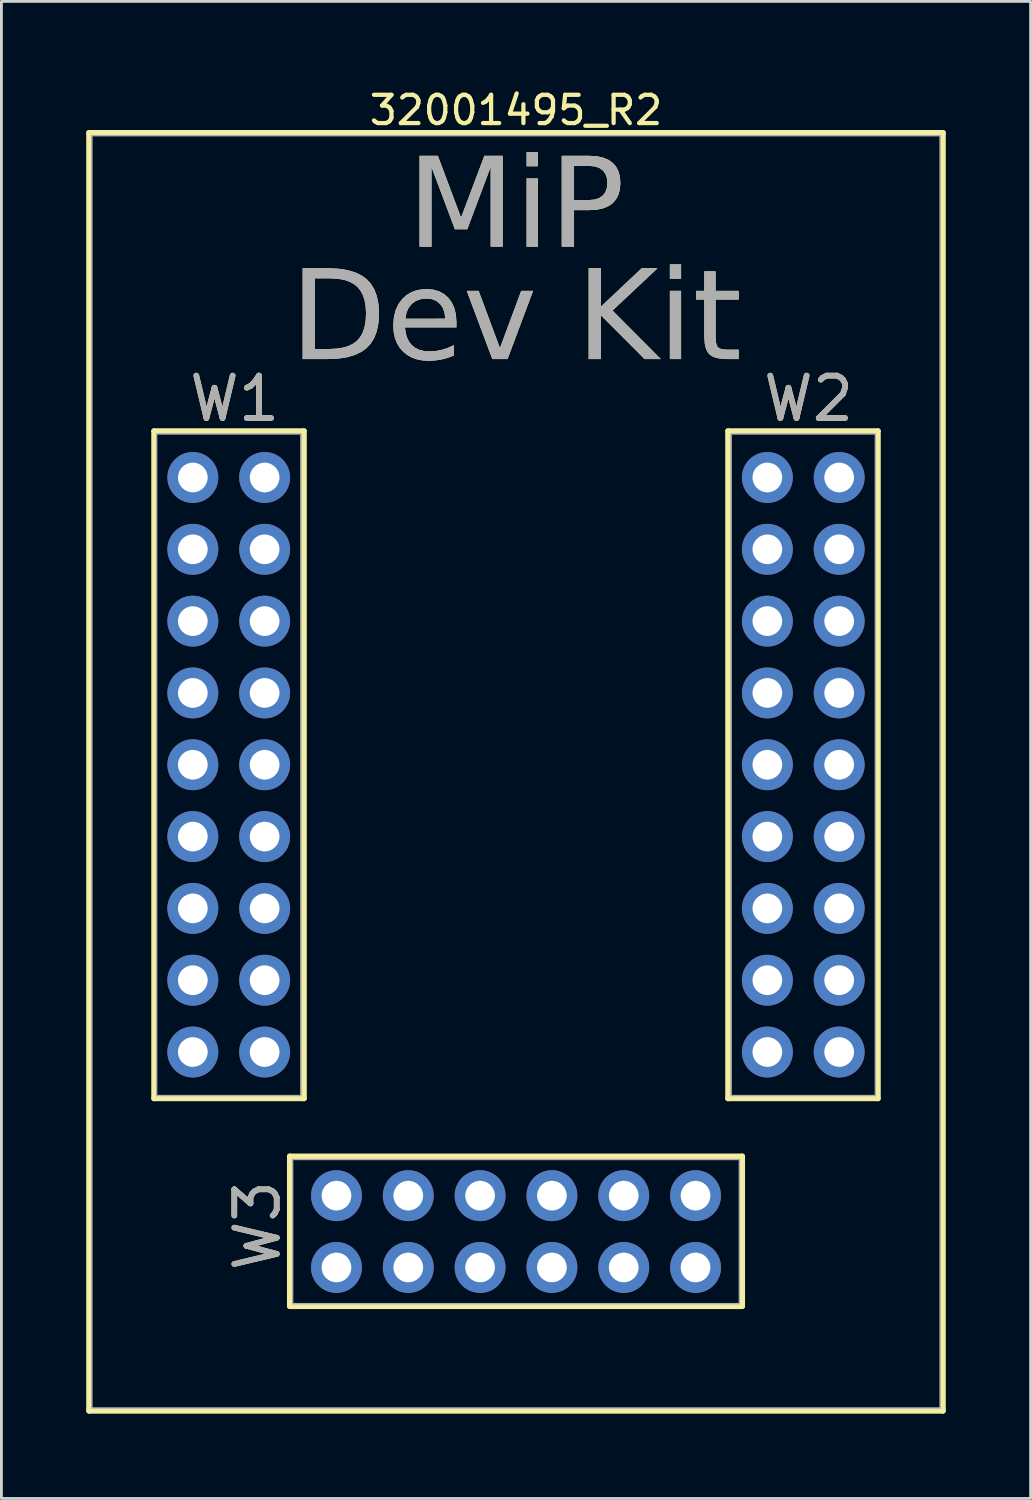
<source format=kicad_pcb>
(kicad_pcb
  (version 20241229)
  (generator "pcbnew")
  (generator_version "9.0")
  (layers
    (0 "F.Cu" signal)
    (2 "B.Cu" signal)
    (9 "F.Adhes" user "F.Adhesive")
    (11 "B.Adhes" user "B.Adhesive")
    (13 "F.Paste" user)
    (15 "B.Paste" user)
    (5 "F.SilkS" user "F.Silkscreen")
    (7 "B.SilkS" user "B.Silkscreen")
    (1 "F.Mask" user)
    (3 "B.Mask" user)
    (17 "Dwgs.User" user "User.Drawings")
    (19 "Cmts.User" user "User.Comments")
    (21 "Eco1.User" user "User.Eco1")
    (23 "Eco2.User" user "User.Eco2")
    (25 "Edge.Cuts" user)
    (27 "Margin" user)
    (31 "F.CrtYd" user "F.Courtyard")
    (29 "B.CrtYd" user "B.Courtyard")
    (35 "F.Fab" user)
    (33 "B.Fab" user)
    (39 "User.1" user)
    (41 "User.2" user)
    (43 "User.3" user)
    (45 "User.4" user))
  (footprint "32001495_R2"
    (layer "F.Cu")
    (at 15.2 23.998)
    (property "Reference" "32001495_R2" (at 0 -23.15 0) (layer "F.SilkS") (effects (font (size 1 1) (thickness 0.15))))
    (fp_line (start -15.1 -22.35) (end 15.1 -22.35) (stroke (width 0.2) (type solid)) (layer "F.SilkS"))
    (fp_line (start -15.1 22.85) (end -15.1 -22.35) (stroke (width 0.2) (type solid)) (layer "F.SilkS"))
    (fp_line (start -15.1 22.85) (end 15.1 22.85) (stroke (width 0.2) (type solid)) (layer "F.SilkS"))
    (fp_line (start -12.8 -11.8) (end -7.5 -11.8) (stroke (width 0.2) (type solid)) (layer "F.SilkS"))
    (fp_line (start -12.8 11.8) (end -12.8 -11.8) (stroke (width 0.2) (type solid)) (layer "F.SilkS"))
    (fp_line (start -12.8 11.8) (end -7.5 11.8) (stroke (width 0.2) (type solid)) (layer "F.SilkS"))
    (fp_line (start -8 13.85) (end 8 13.85) (stroke (width 0.2) (type solid)) (layer "F.SilkS"))
    (fp_line (start -8 19.15) (end -8 13.85) (stroke (width 0.2) (type solid)) (layer "F.SilkS"))
    (fp_line (start -8 19.15) (end 8 19.15) (stroke (width 0.2) (type solid)) (layer "F.SilkS"))
    (fp_line (start -7.5 11.8) (end -7.5 -11.8) (stroke (width 0.2) (type solid)) (layer "F.SilkS"))
    (fp_line (start 7.5 -11.8) (end 12.8 -11.8) (stroke (width 0.2) (type solid)) (layer "F.SilkS"))
    (fp_line (start 7.5 11.8) (end 7.5 -11.8) (stroke (width 0.2) (type solid)) (layer "F.SilkS"))
    (fp_line (start 7.5 11.8) (end 12.8 11.8) (stroke (width 0.2) (type solid)) (layer "F.SilkS"))
    (fp_line (start 8 19.15) (end 8 13.85) (stroke (width 0.2) (type solid)) (layer "F.SilkS"))
    (fp_line (start 12.8 11.8) (end 12.8 -11.8) (stroke (width 0.2) (type solid)) (layer "F.SilkS"))
    (fp_line (start 15.1 22.85) (end 15.1 -22.35) (stroke (width 0.2) (type solid)) (layer "F.SilkS"))
    (fp_line (start -15 -22.25) (end 15 -22.25) (stroke (width 0.05) (type solid)) (layer "F.Fab"))
    (fp_line (start -15 22.75) (end -15 -22.25) (stroke (width 0.05) (type solid)) (layer "F.Fab"))
    (fp_line (start -15 22.75) (end 15 22.75) (stroke (width 0.05) (type solid)) (layer "F.Fab"))
    (fp_line (start -12.71 -11.7) (end -7.61 -11.7) (stroke (width 0.05) (type solid)) (layer "F.Fab"))
    (fp_line (start -12.71 11.7) (end -12.71 -11.7) (stroke (width 0.05) (type solid)) (layer "F.Fab"))
    (fp_line (start -12.71 11.7) (end -7.61 11.7) (stroke (width 0.05) (type solid)) (layer "F.Fab"))
    (fp_line (start -7.9 13.96) (end 7.9 13.96) (stroke (width 0.05) (type solid)) (layer "F.Fab"))
    (fp_line (start -7.9 19.06) (end -7.9 13.96) (stroke (width 0.05) (type solid)) (layer "F.Fab"))
    (fp_line (start -7.9 19.06) (end 7.9 19.06) (stroke (width 0.05) (type solid)) (layer "F.Fab"))
    (fp_line (start -7.61 11.7) (end -7.61 -11.7) (stroke (width 0.05) (type solid)) (layer "F.Fab"))
    (fp_line (start 7.61 -11.7) (end 12.71 -11.7) (stroke (width 0.05) (type solid)) (layer "F.Fab"))
    (fp_line (start 7.61 11.7) (end 7.61 -11.7) (stroke (width 0.05) (type solid)) (layer "F.Fab"))
    (fp_line (start 7.61 11.7) (end 12.71 11.7) (stroke (width 0.05) (type solid)) (layer "F.Fab"))
    (fp_line (start 7.9 19.06) (end 7.9 13.96) (stroke (width 0.05) (type solid)) (layer "F.Fab"))
    (fp_line (start 12.71 11.7) (end 12.71 -11.7) (stroke (width 0.05) (type solid)) (layer "F.Fab"))
    (fp_line (start 15 22.75) (end 15 -22.25) (stroke (width 0.05) (type solid)) (layer "F.Fab"))
    (fp_text user "W3" (at -9.147 16.3 90) (unlocked yes) (layer "F.SilkS") (effects (font (size 1.5 1.5) (thickness 0.2))))
    (fp_text user "Dev Kit" (at 0.000005 -15.656 0) (unlocked yes) (layer "F.SilkS") (effects (font (face "Arial") (size 3.15 3.15) (thickness 0.04))))
    (fp_text user "W1" (at -9.95 -12.947 0) (unlocked yes) (layer "F.SilkS") (effects (font (size 1.5 1.5) (thickness 0.2))))
    (fp_text user "W2" (at 10.35 -12.947 0) (unlocked yes) (layer "F.SilkS") (effects (font (size 1.5 1.5) (thickness 0.2))))
    (fp_text user "MiP" (at -0.000005 -19.631 0) (unlocked yes) (layer "F.SilkS") (effects (font (face "Arial") (size 3.15 3.15) (thickness 0.04))))
    (fp_text user "MiP" (at -0.000005 -19.631 0) (unlocked yes) (layer "F.Fab") (effects (font (face "Arial") (size 3.15 3.15) (thickness 0.04))))
    (fp_text user "W1" (at -9.95 -12.947 0) (unlocked yes) (layer "F.Fab") (effects (font (size 1.5 1.5) (thickness 0.2))))
    (fp_text user "W3" (at -9.147 16.3 90) (unlocked yes) (layer "F.Fab") (effects (font (size 1.5 1.5) (thickness 0.2))))
    (fp_text user "Dev Kit" (at 0.000005 -15.656 0) (unlocked yes) (layer "F.Fab") (effects (font (face "Arial") (size 3.15 3.15) (thickness 0.04))))
    (fp_text user "W2" (at 10.35 -12.947 0) (unlocked yes) (layer "F.Fab") (effects (font (size 1.5 1.5) (thickness 0.2))))
    (pad "A1" thru_hole circle (at 11.43 -2.54 270) (size 1.8 1.8) (drill 1.05) (layers "*.Cu" "*.Mask"))
    (pad "A2" thru_hole circle (at 11.43 -7.62 270) (size 1.8 1.8) (drill 1.05) (layers "*.Cu" "*.Mask"))
    (pad "A3" thru_hole circle (at 11.43 -10.16 270) (size 1.8 1.8) (drill 1.05) (layers "*.Cu" "*.Mask"))
    (pad "A4" thru_hole circle (at 8.89 2.54 270) (size 1.8 1.8) (drill 1.05) (layers "*.Cu" "*.Mask"))
    (pad "A5" thru_hole circle (at 8.89 5.08 270) (size 1.8 1.8) (drill 1.05) (layers "*.Cu" "*.Mask"))
    (pad "A6" thru_hole circle (at 11.43 -5.08 270) (size 1.8 1.8) (drill 1.05) (layers "*.Cu" "*.Mask"))
    (pad "A7" thru_hole circle (at 8.89 7.62 270) (size 1.8 1.8) (drill 1.05) (layers "*.Cu" "*.Mask"))
    (pad "A8" thru_hole circle (at 8.89 10.16 270) (size 1.8 1.8) (drill 1.05) (layers "*.Cu" "*.Mask"))
    (pad "A9" thru_hole circle (at 6.35 17.78) (size 1.8 1.8) (drill 1.05) (layers "*.Cu" "*.Mask"))
    (pad "B1" thru_hole circle (at -11.43 -10.16 270) (size 1.8 1.8) (drill 1.05) (layers "*.Cu" "*.Mask"))
    (pad "B2" thru_hole circle (at -8.89 -10.16 270) (size 1.8 1.8) (drill 1.05) (layers "*.Cu" "*.Mask"))
    (pad "B3" thru_hole circle (at 8.89 -2.54 270) (size 1.8 1.8) (drill 1.05) (layers "*.Cu" "*.Mask"))
    (pad "B4" thru_hole circle (at 8.89 0 270) (size 1.8 1.8) (drill 1.05) (layers "*.Cu" "*.Mask"))
    (pad "B5" thru_hole circle (at 8.89 -7.62 270) (size 1.8 1.8) (drill 1.05) (layers "*.Cu" "*.Mask"))
    (pad "B6" thru_hole circle (at 8.89 -5.08 270) (size 1.8 1.8) (drill 1.05) (layers "*.Cu" "*.Mask"))
    (pad "B7" thru_hole circle (at -8.89 7.62 270) (size 1.8 1.8) (drill 1.05) (layers "*.Cu" "*.Mask"))
    (pad "B8" thru_hole circle (at 3.81 15.24) (size 1.8 1.8) (drill 1.05) (layers "*.Cu" "*.Mask"))
    (pad "C1" thru_hole circle (at -8.89 10.16 270) (size 1.8 1.8) (drill 1.05) (layers "*.Cu" "*.Mask"))
    (pad "C2" thru_hole circle (at -8.89 -2.54 270) (size 1.8 1.8) (drill 1.05) (layers "*.Cu" "*.Mask"))
    (pad "C3" thru_hole circle (at -8.89 -7.62 270) (size 1.8 1.8) (drill 1.05) (layers "*.Cu" "*.Mask"))
    (pad "C5" thru_hole circle (at -11.43 -7.62 270) (size 1.8 1.8) (drill 1.05) (layers "*.Cu" "*.Mask"))
    (pad "C6" thru_hole circle (at -11.43 7.62 270) (size 1.8 1.8) (drill 1.05) (layers "*.Cu" "*.Mask"))
    (pad "C7" thru_hole circle (at 1.27 15.24) (size 1.8 1.8) (drill 1.05) (layers "*.Cu" "*.Mask"))
    (pad "D2" thru_hole circle (at -11.43 -5.08 270) (size 1.8 1.8) (drill 1.05) (layers "*.Cu" "*.Mask"))
    (pad "D3" thru_hole circle (at -8.89 -5.08 270) (size 1.8 1.8) (drill 1.05) (layers "*.Cu" "*.Mask"))
    (pad "D5" thru_hole circle (at -8.89 0 270) (size 1.8 1.8) (drill 1.05) (layers "*.Cu" "*.Mask"))
    (pad "D6" thru_hole circle (at -8.89 2.54 270) (size 1.8 1.8) (drill 1.05) (layers "*.Cu" "*.Mask"))
    (pad "D7" thru_hole circle (at 6.35 15.24) (size 1.8 1.8) (drill 1.05) (layers "*.Cu" "*.Mask"))
    (pad "D8" thru_hole circle (at -11.43 0 270) (size 1.8 1.8) (drill 1.05) (layers "*.Cu" "*.Mask"))
    (pad "D9" thru_hole circle (at 11.43 7.62 270) (size 1.8 1.8) (drill 1.05) (layers "*.Cu" "*.Mask"))
    (pad "E4" thru_hole circle (at -11.43 -2.54 270) (size 1.8 1.8) (drill 1.05) (layers "*.Cu" "*.Mask"))
    (pad "E6" thru_hole circle (at -1.27 15.24) (size 1.8 1.8) (drill 1.05) (layers "*.Cu" "*.Mask"))
    (pad "E7" thru_hole circle (at -11.43 2.54 270) (size 1.8 1.8) (drill 1.05) (layers "*.Cu" "*.Mask"))
    (pad "E9" thru_hole circle (at 11.43 5.08 270) (size 1.8 1.8) (drill 1.05) (layers "*.Cu" "*.Mask"))
    (pad "F9" thru_hole circle (at 11.43 0 270) (size 1.8 1.8) (drill 1.05) (layers "*.Cu" "*.Mask"))
    (pad "G5" thru_hole circle (at -3.81 17.78) (size 1.8 1.8) (drill 1.05) (layers "*.Cu" "*.Mask"))
    (pad "G6" thru_hole circle (at -1.27 17.78) (size 1.8 1.8) (drill 1.05) (layers "*.Cu" "*.Mask"))
    (pad "G7" thru_hole circle (at 3.81 17.78) (size 1.8 1.8) (drill 1.05) (layers "*.Cu" "*.Mask"))
    (pad "G8" thru_hole circle (at -6.35 17.78) (size 1.8 1.8) (drill 1.05) (layers "*.Cu" "*.Mask"))
    (pad "G9" thru_hole circle (at 11.43 2.54 270) (size 1.8 1.8) (drill 1.05) (layers "*.Cu" "*.Mask"))
    (pad "GD" thru_hole circle (at -11.43 5.08 270) (size 1.8 1.8) (drill 1.05) (layers "*.Cu" "*.Mask"))
    (pad "GD" thru_hole circle (at -11.43 10.16 270) (size 1.8 1.8) (drill 1.05) (layers "*.Cu" "*.Mask"))
    (pad "GD" thru_hole circle (at -8.89 5.08 270) (size 1.8 1.8) (drill 1.05) (layers "*.Cu" "*.Mask"))
    (pad "GD" thru_hole circle (at -6.35 15.24) (size 1.8 1.8) (drill 1.05) (layers "*.Cu" "*.Mask"))
    (pad "GD" thru_hole circle (at -3.81 15.24) (size 1.8 1.8) (drill 1.05) (layers "*.Cu" "*.Mask"))
    (pad "GD" thru_hole circle (at 1.27 17.78) (size 1.8 1.8) (drill 1.05) (layers "*.Cu" "*.Mask"))
    (pad "GD" thru_hole circle (at 8.89 -10.16 270) (size 1.8 1.8) (drill 1.05) (layers "*.Cu" "*.Mask"))
    (pad "GD" thru_hole circle (at 11.43 10.16 270) (size 1.8 1.8) (drill 1.05) (layers "*.Cu" "*.Mask")))
  (gr_rect
    (start -3 -3)
    (end 33.4 49.948)
    (stroke (width 0.1) (type default))
    (fill no)
    (layer "Edge.Cuts")))
</source>
